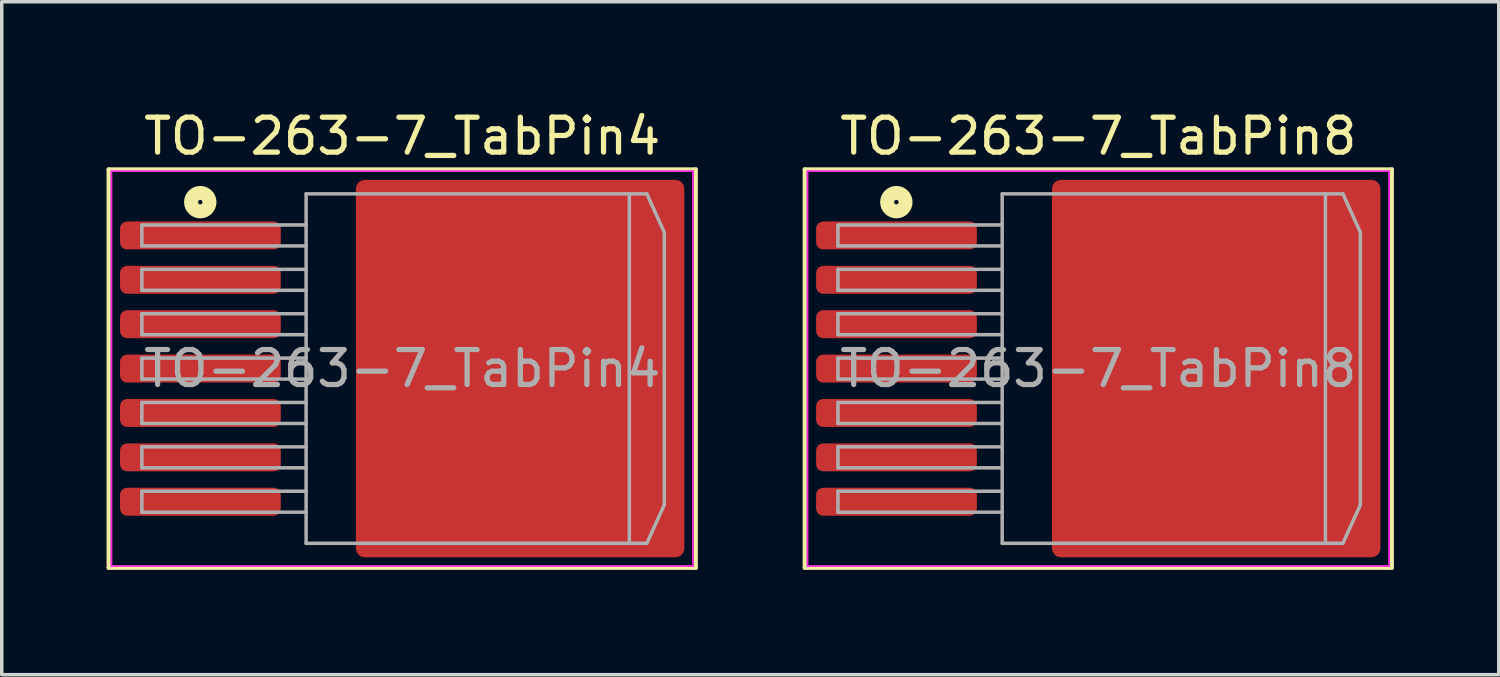
<source format=kicad_pcb>
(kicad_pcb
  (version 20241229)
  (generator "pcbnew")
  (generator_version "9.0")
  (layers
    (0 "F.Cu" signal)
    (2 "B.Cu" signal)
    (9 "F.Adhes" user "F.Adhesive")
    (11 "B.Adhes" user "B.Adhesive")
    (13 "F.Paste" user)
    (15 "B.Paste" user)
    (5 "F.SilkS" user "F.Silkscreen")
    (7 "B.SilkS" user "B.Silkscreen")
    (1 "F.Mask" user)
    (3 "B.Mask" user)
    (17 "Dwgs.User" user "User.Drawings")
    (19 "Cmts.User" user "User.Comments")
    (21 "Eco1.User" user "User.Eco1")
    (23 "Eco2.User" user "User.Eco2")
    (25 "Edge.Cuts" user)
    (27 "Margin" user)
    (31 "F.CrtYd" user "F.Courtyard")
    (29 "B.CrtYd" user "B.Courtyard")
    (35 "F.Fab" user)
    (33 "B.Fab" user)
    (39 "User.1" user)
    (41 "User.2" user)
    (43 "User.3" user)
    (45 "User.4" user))
  (footprint "TO-263-7_TabPin8"
    (layer "F.Cu")
    (at 28.38 7.498)
    (property "Reference" "TO-263-7_TabPin8" (at 0 -6.65 0) (layer "F.SilkS") (effects (font (size 1 1) (thickness 0.15))))
    (attr smd)
    (fp_line (start -8.4 -5.7) (end -8.4 5.7) (stroke (width 0.12) (type solid)) (layer "F.SilkS"))
    (fp_line (start -8.4 5.7) (end 8.4 5.7) (stroke (width 0.12) (type solid)) (layer "F.SilkS"))
    (fp_line (start 8.4 -5.7) (end -8.4 -5.7) (stroke (width 0.12) (type solid)) (layer "F.SilkS"))
    (fp_line (start 8.4 5.7) (end 8.4 -5.7) (stroke (width 0.12) (type solid)) (layer "F.SilkS"))
    (fp_circle (center -5.779 -4.763) (end -5.715 -4.763) (stroke (width 0.4) (type solid)) (fill no) (layer "F.SilkS"))
    (fp_line (start -8.32 -5.65) (end -8.32 5.65) (stroke (width 0.05) (type solid)) (layer "F.CrtYd"))
    (fp_line (start -8.32 5.65) (end 8.32 5.65) (stroke (width 0.05) (type solid)) (layer "F.CrtYd"))
    (fp_line (start 8.32 -5.65) (end -8.32 -5.65) (stroke (width 0.05) (type solid)) (layer "F.CrtYd"))
    (fp_line (start 8.32 5.65) (end 8.32 -5.65) (stroke (width 0.05) (type solid)) (layer "F.CrtYd"))
    (fp_line (start -7.45 -4.11) (end -7.45 -3.51) (stroke (width 0.1) (type solid)) (layer "F.Fab"))
    (fp_line (start -7.45 -3.51) (end -2.75 -3.51) (stroke (width 0.1) (type solid)) (layer "F.Fab"))
    (fp_line (start -7.45 -2.84) (end -7.45 -2.24) (stroke (width 0.1) (type solid)) (layer "F.Fab"))
    (fp_line (start -7.45 -2.24) (end -2.75 -2.24) (stroke (width 0.1) (type solid)) (layer "F.Fab"))
    (fp_line (start -7.45 -1.57) (end -7.45 -0.97) (stroke (width 0.1) (type solid)) (layer "F.Fab"))
    (fp_line (start -7.45 -0.97) (end -2.75 -0.97) (stroke (width 0.1) (type solid)) (layer "F.Fab"))
    (fp_line (start -7.45 -0.3) (end -7.45 0.3) (stroke (width 0.1) (type solid)) (layer "F.Fab"))
    (fp_line (start -7.45 0.3) (end -2.75 0.3) (stroke (width 0.1) (type solid)) (layer "F.Fab"))
    (fp_line (start -7.45 0.97) (end -7.45 1.57) (stroke (width 0.1) (type solid)) (layer "F.Fab"))
    (fp_line (start -7.45 1.57) (end -2.75 1.57) (stroke (width 0.1) (type solid)) (layer "F.Fab"))
    (fp_line (start -7.45 2.24) (end -7.45 2.84) (stroke (width 0.1) (type solid)) (layer "F.Fab"))
    (fp_line (start -7.45 2.84) (end -2.75 2.84) (stroke (width 0.1) (type solid)) (layer "F.Fab"))
    (fp_line (start -7.45 3.51) (end -7.45 4.11) (stroke (width 0.1) (type solid)) (layer "F.Fab"))
    (fp_line (start -7.45 4.11) (end -2.75 4.11) (stroke (width 0.1) (type solid)) (layer "F.Fab"))
    (fp_line (start -2.75 -5) (end 6.5 -5) (stroke (width 0.1) (type solid)) (layer "F.Fab"))
    (fp_line (start -2.75 -4.11) (end -7.45 -4.11) (stroke (width 0.1) (type solid)) (layer "F.Fab"))
    (fp_line (start -2.75 -2.84) (end -7.45 -2.84) (stroke (width 0.1) (type solid)) (layer "F.Fab"))
    (fp_line (start -2.75 -1.57) (end -7.45 -1.57) (stroke (width 0.1) (type solid)) (layer "F.Fab"))
    (fp_line (start -2.75 -0.3) (end -7.45 -0.3) (stroke (width 0.1) (type solid)) (layer "F.Fab"))
    (fp_line (start -2.75 0.97) (end -7.45 0.97) (stroke (width 0.1) (type solid)) (layer "F.Fab"))
    (fp_line (start -2.75 2.24) (end -7.45 2.24) (stroke (width 0.1) (type solid)) (layer "F.Fab"))
    (fp_line (start -2.75 3.51) (end -7.45 3.51) (stroke (width 0.1) (type solid)) (layer "F.Fab"))
    (fp_line (start -2.75 5) (end -2.75 -5) (stroke (width 0.1) (type solid)) (layer "F.Fab"))
    (fp_line (start 6.5 -5) (end 6.5 5) (stroke (width 0.1) (type solid)) (layer "F.Fab"))
    (fp_line (start 6.5 -5) (end 7 -5) (stroke (width 0.1) (type solid)) (layer "F.Fab"))
    (fp_line (start 6.5 5) (end -2.75 5) (stroke (width 0.1) (type solid)) (layer "F.Fab"))
    (fp_line (start 6.5 5) (end 7 5) (stroke (width 0.1) (type solid)) (layer "F.Fab"))
    (fp_line (start 7 -5) (end 7.5 -3.9) (stroke (width 0.1) (type solid)) (layer "F.Fab"))
    (fp_line (start 7 5) (end 7.5 3.9) (stroke (width 0.1) (type solid)) (layer "F.Fab"))
    (fp_line (start 7.5 -3.9) (end 7.5 3.9) (stroke (width 0.1) (type solid)) (layer "F.Fab"))
    (fp_text user "${REFERENCE}" (at 0 0 0) (layer "F.Fab") (effects (font (size 1 1) (thickness 0.15))))
    (pad "" smd roundrect (at -0.1 -3.9) (size 2 2.3) (layers "F.Paste") (roundrect_rratio 0.125))
    (pad "" smd roundrect (at -0.1 -1.3) (size 2 2.3) (layers "F.Paste") (roundrect_rratio 0.125))
    (pad "" smd roundrect (at -0.1 1.3) (size 2 2.3) (layers "F.Paste") (roundrect_rratio 0.125))
    (pad "" smd roundrect (at -0.1 3.9) (size 2 2.3) (layers "F.Paste") (roundrect_rratio 0.125))
    (pad "" smd roundrect (at 2.2 -3.9) (size 2 2.3) (layers "F.Paste") (roundrect_rratio 0.125))
    (pad "" smd roundrect (at 2.2 -1.3) (size 2 2.3) (layers "F.Paste") (roundrect_rratio 0.125))
    (pad "" smd roundrect (at 2.2 1.3) (size 2 2.3) (layers "F.Paste") (roundrect_rratio 0.125))
    (pad "" smd roundrect (at 2.2 3.9) (size 2 2.3) (layers "F.Paste") (roundrect_rratio 0.125))
    (pad "" smd roundrect (at 4.5 -3.9) (size 2 2.3) (layers "F.Paste") (roundrect_rratio 0.125))
    (pad "" smd roundrect (at 4.5 -1.3) (size 2 2.3) (layers "F.Paste") (roundrect_rratio 0.125))
    (pad "" smd roundrect (at 4.5 1.3) (size 2 2.3) (layers "F.Paste") (roundrect_rratio 0.125))
    (pad "" smd roundrect (at 4.5 3.9) (size 2 2.3) (layers "F.Paste") (roundrect_rratio 0.125))
    (pad "" smd roundrect (at 6.8 -3.9) (size 2 2.3) (layers "F.Paste") (roundrect_rratio 0.125))
    (pad "" smd roundrect (at 6.8 -1.3) (size 2 2.3) (layers "F.Paste") (roundrect_rratio 0.125))
    (pad "" smd roundrect (at 6.8 1.3) (size 2 2.3) (layers "F.Paste") (roundrect_rratio 0.125))
    (pad "" smd roundrect (at 6.8 3.9) (size 2 2.3) (layers "F.Paste") (roundrect_rratio 0.125))
    (pad "1" smd roundrect (at -5.775 -3.81) (size 4.6 0.8) (layers "F.Cu" "F.Mask" "F.Paste") (roundrect_rratio 0.25))
    (pad "2" smd roundrect (at -5.775 -2.54) (size 4.6 0.8) (layers "F.Cu" "F.Mask" "F.Paste") (roundrect_rratio 0.25))
    (pad "3" smd roundrect (at -5.775 -1.27) (size 4.6 0.8) (layers "F.Cu" "F.Mask" "F.Paste") (roundrect_rratio 0.25))
    (pad "4" smd roundrect (at -5.775 0) (size 4.6 0.8) (layers "F.Cu" "F.Mask" "F.Paste") (roundrect_rratio 0.25))
    (pad "5" smd roundrect (at -5.775 1.27) (size 4.6 0.8) (layers "F.Cu" "F.Mask" "F.Paste") (roundrect_rratio 0.25))
    (pad "6" smd roundrect (at -5.775 2.54) (size 4.6 0.8) (layers "F.Cu" "F.Mask" "F.Paste") (roundrect_rratio 0.25))
    (pad "7" smd roundrect (at -5.775 3.81) (size 4.6 0.8) (layers "F.Cu" "F.Mask" "F.Paste") (roundrect_rratio 0.25))
    (pad "8" smd roundrect (at 3.375 0) (size 9.4 10.8) (layers "F.Cu" "F.Mask") (roundrect_rratio 0.027)))
  (footprint "TO-263-7_TabPin4"
    (layer "F.Cu")
    (at 8.46 7.498)
    (property "Reference" "TO-263-7_TabPin4" (at 0 -6.65 0) (layer "F.SilkS") (effects (font (size 1 1) (thickness 0.15))))
    (attr smd)
    (fp_line (start -8.4 -5.7) (end -8.4 5.7) (stroke (width 0.12) (type solid)) (layer "F.SilkS"))
    (fp_line (start -8.4 5.7) (end 8.4 5.7) (stroke (width 0.12) (type solid)) (layer "F.SilkS"))
    (fp_line (start 8.4 -5.7) (end -8.4 -5.7) (stroke (width 0.12) (type solid)) (layer "F.SilkS"))
    (fp_line (start 8.4 5.7) (end 8.4 -5.7) (stroke (width 0.12) (type solid)) (layer "F.SilkS"))
    (fp_circle (center -5.779 -4.763) (end -5.715 -4.763) (stroke (width 0.4) (type solid)) (fill no) (layer "F.SilkS"))
    (fp_line (start -8.32 -5.65) (end -8.32 5.65) (stroke (width 0.05) (type solid)) (layer "F.CrtYd"))
    (fp_line (start -8.32 5.65) (end 8.32 5.65) (stroke (width 0.05) (type solid)) (layer "F.CrtYd"))
    (fp_line (start 8.32 -5.65) (end -8.32 -5.65) (stroke (width 0.05) (type solid)) (layer "F.CrtYd"))
    (fp_line (start 8.32 5.65) (end 8.32 -5.65) (stroke (width 0.05) (type solid)) (layer "F.CrtYd"))
    (fp_line (start -7.45 -4.11) (end -7.45 -3.51) (stroke (width 0.1) (type solid)) (layer "F.Fab"))
    (fp_line (start -7.45 -3.51) (end -2.75 -3.51) (stroke (width 0.1) (type solid)) (layer "F.Fab"))
    (fp_line (start -7.45 -2.84) (end -7.45 -2.24) (stroke (width 0.1) (type solid)) (layer "F.Fab"))
    (fp_line (start -7.45 -2.24) (end -2.75 -2.24) (stroke (width 0.1) (type solid)) (layer "F.Fab"))
    (fp_line (start -7.45 -1.57) (end -7.45 -0.97) (stroke (width 0.1) (type solid)) (layer "F.Fab"))
    (fp_line (start -7.45 -0.97) (end -2.75 -0.97) (stroke (width 0.1) (type solid)) (layer "F.Fab"))
    (fp_line (start -7.45 -0.3) (end -7.45 0.3) (stroke (width 0.1) (type solid)) (layer "F.Fab"))
    (fp_line (start -7.45 0.3) (end -2.75 0.3) (stroke (width 0.1) (type solid)) (layer "F.Fab"))
    (fp_line (start -7.45 0.97) (end -7.45 1.57) (stroke (width 0.1) (type solid)) (layer "F.Fab"))
    (fp_line (start -7.45 1.57) (end -2.75 1.57) (stroke (width 0.1) (type solid)) (layer "F.Fab"))
    (fp_line (start -7.45 2.24) (end -7.45 2.84) (stroke (width 0.1) (type solid)) (layer "F.Fab"))
    (fp_line (start -7.45 2.84) (end -2.75 2.84) (stroke (width 0.1) (type solid)) (layer "F.Fab"))
    (fp_line (start -7.45 3.51) (end -7.45 4.11) (stroke (width 0.1) (type solid)) (layer "F.Fab"))
    (fp_line (start -7.45 4.11) (end -2.75 4.11) (stroke (width 0.1) (type solid)) (layer "F.Fab"))
    (fp_line (start -2.75 -5) (end 6.5 -5) (stroke (width 0.1) (type solid)) (layer "F.Fab"))
    (fp_line (start -2.75 -4.11) (end -7.45 -4.11) (stroke (width 0.1) (type solid)) (layer "F.Fab"))
    (fp_line (start -2.75 -2.84) (end -7.45 -2.84) (stroke (width 0.1) (type solid)) (layer "F.Fab"))
    (fp_line (start -2.75 -1.57) (end -7.45 -1.57) (stroke (width 0.1) (type solid)) (layer "F.Fab"))
    (fp_line (start -2.75 -0.3) (end -7.45 -0.3) (stroke (width 0.1) (type solid)) (layer "F.Fab"))
    (fp_line (start -2.75 0.97) (end -7.45 0.97) (stroke (width 0.1) (type solid)) (layer "F.Fab"))
    (fp_line (start -2.75 2.24) (end -7.45 2.24) (stroke (width 0.1) (type solid)) (layer "F.Fab"))
    (fp_line (start -2.75 3.51) (end -7.45 3.51) (stroke (width 0.1) (type solid)) (layer "F.Fab"))
    (fp_line (start -2.75 5) (end -2.75 -5) (stroke (width 0.1) (type solid)) (layer "F.Fab"))
    (fp_line (start 6.5 -5) (end 6.5 5) (stroke (width 0.1) (type solid)) (layer "F.Fab"))
    (fp_line (start 6.5 -5) (end 7 -5) (stroke (width 0.1) (type solid)) (layer "F.Fab"))
    (fp_line (start 6.5 5) (end -2.75 5) (stroke (width 0.1) (type solid)) (layer "F.Fab"))
    (fp_line (start 6.5 5) (end 7 5) (stroke (width 0.1) (type solid)) (layer "F.Fab"))
    (fp_line (start 7 -5) (end 7.5 -3.9) (stroke (width 0.1) (type solid)) (layer "F.Fab"))
    (fp_line (start 7 5) (end 7.5 3.9) (stroke (width 0.1) (type solid)) (layer "F.Fab"))
    (fp_line (start 7.5 -3.9) (end 7.5 3.9) (stroke (width 0.1) (type solid)) (layer "F.Fab"))
    (fp_text user "${REFERENCE}" (at 0 0 0) (layer "F.Fab") (effects (font (size 1 1) (thickness 0.15))))
    (pad "" smd roundrect (at -0.1 -3.9) (size 2 2.3) (layers "F.Paste") (roundrect_rratio 0.125))
    (pad "" smd roundrect (at -0.1 -1.3) (size 2 2.3) (layers "F.Paste") (roundrect_rratio 0.125))
    (pad "" smd roundrect (at -0.1 1.3) (size 2 2.3) (layers "F.Paste") (roundrect_rratio 0.125))
    (pad "" smd roundrect (at -0.1 3.9) (size 2 2.3) (layers "F.Paste") (roundrect_rratio 0.125))
    (pad "" smd roundrect (at 2.2 -3.9) (size 2 2.3) (layers "F.Paste") (roundrect_rratio 0.125))
    (pad "" smd roundrect (at 2.2 -1.3) (size 2 2.3) (layers "F.Paste") (roundrect_rratio 0.125))
    (pad "" smd roundrect (at 2.2 1.3) (size 2 2.3) (layers "F.Paste") (roundrect_rratio 0.125))
    (pad "" smd roundrect (at 2.2 3.9) (size 2 2.3) (layers "F.Paste") (roundrect_rratio 0.125))
    (pad "" smd roundrect (at 4.5 -3.9) (size 2 2.3) (layers "F.Paste") (roundrect_rratio 0.125))
    (pad "" smd roundrect (at 4.5 -1.3) (size 2 2.3) (layers "F.Paste") (roundrect_rratio 0.125))
    (pad "" smd roundrect (at 4.5 1.3) (size 2 2.3) (layers "F.Paste") (roundrect_rratio 0.125))
    (pad "" smd roundrect (at 4.5 3.9) (size 2 2.3) (layers "F.Paste") (roundrect_rratio 0.125))
    (pad "" smd roundrect (at 6.8 -3.9) (size 2 2.3) (layers "F.Paste") (roundrect_rratio 0.125))
    (pad "" smd roundrect (at 6.8 -1.3) (size 2 2.3) (layers "F.Paste") (roundrect_rratio 0.125))
    (pad "" smd roundrect (at 6.8 1.3) (size 2 2.3) (layers "F.Paste") (roundrect_rratio 0.125))
    (pad "" smd roundrect (at 6.8 3.9) (size 2 2.3) (layers "F.Paste") (roundrect_rratio 0.125))
    (pad "1" smd roundrect (at -5.775 -3.81) (size 4.6 0.8) (layers "F.Cu" "F.Mask" "F.Paste") (roundrect_rratio 0.25))
    (pad "2" smd roundrect (at -5.775 -2.54) (size 4.6 0.8) (layers "F.Cu" "F.Mask" "F.Paste") (roundrect_rratio 0.25))
    (pad "3" smd roundrect (at -5.775 -1.27) (size 4.6 0.8) (layers "F.Cu" "F.Mask" "F.Paste") (roundrect_rratio 0.25))
    (pad "4" smd roundrect (at -5.775 0) (size 4.6 0.8) (layers "F.Cu" "F.Mask" "F.Paste") (roundrect_rratio 0.25))
    (pad "4" smd roundrect (at 3.375 0) (size 9.4 10.8) (layers "F.Cu" "F.Mask") (roundrect_rratio 0.027))
    (pad "5" smd roundrect (at -5.775 1.27) (size 4.6 0.8) (layers "F.Cu" "F.Mask" "F.Paste") (roundrect_rratio 0.25))
    (pad "6" smd roundrect (at -5.775 2.54) (size 4.6 0.8) (layers "F.Cu" "F.Mask" "F.Paste") (roundrect_rratio 0.25))
    (pad "7" smd roundrect (at -5.775 3.81) (size 4.6 0.8) (layers "F.Cu" "F.Mask" "F.Paste") (roundrect_rratio 0.25)))
  (gr_rect
    (start -3 -3)
    (end 39.84 16.258)
    (stroke (width 0.1) (type default))
    (fill no)
    (layer "Edge.Cuts")))
</source>
